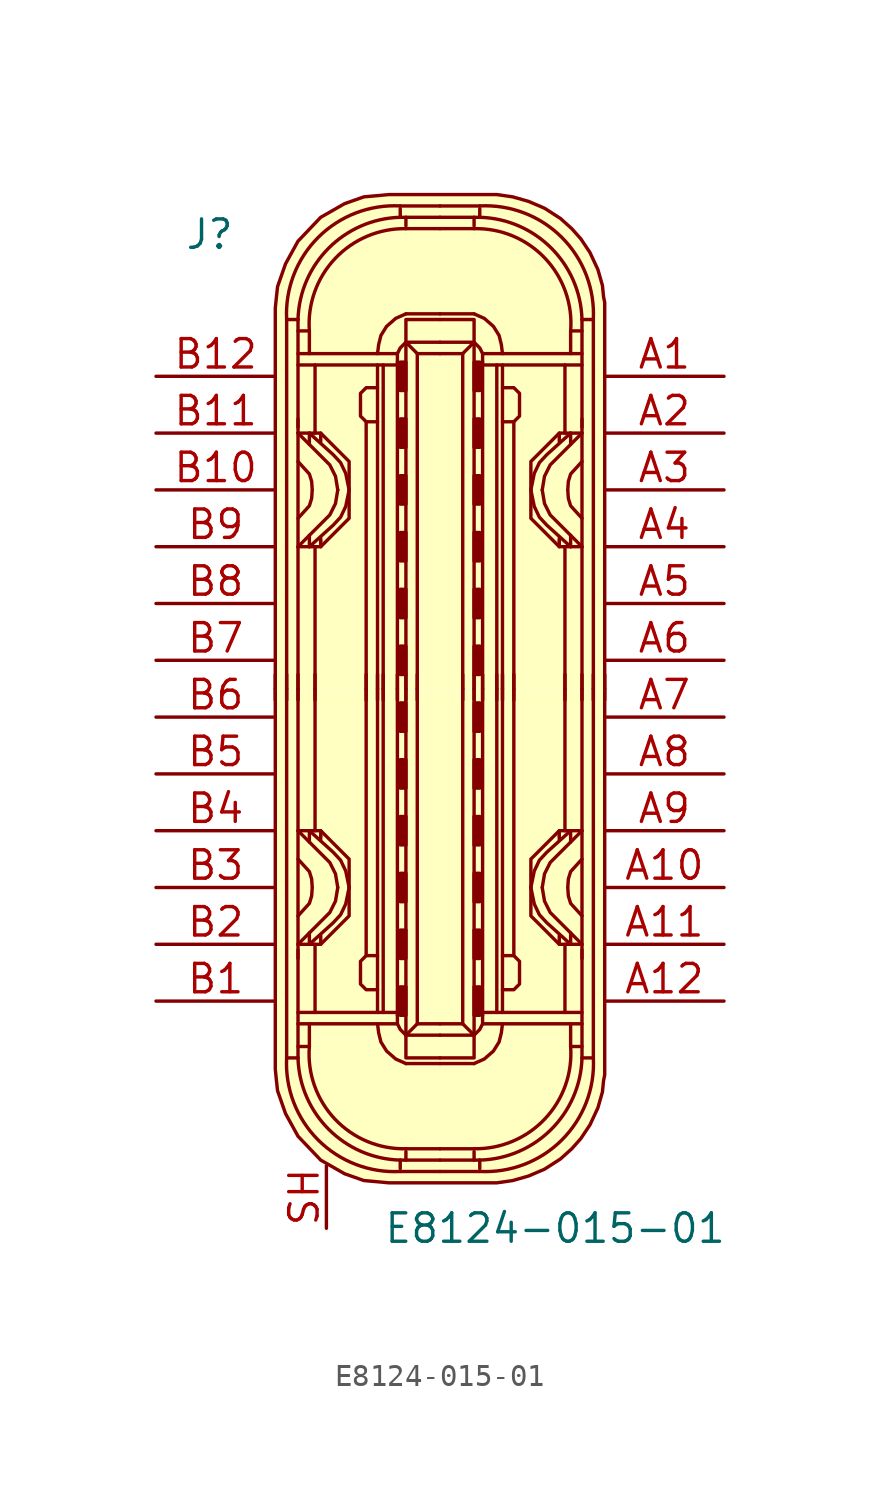
<source format=kicad_sym>
(kicad_symbol_lib
  (version 20211014)
  (generator kicad_symbol_editor)
  (symbol "E8124-015-01"
    (pin_names
      (offset 1.016))
    (property "Reference" "J"
      (at -11.43 20.32 0)
      (effects (font (size 1.27 1.27)) (justify left)))
    (property "Value" "E8124-015-01"
      (at -2.54 -24.13 0)
      (effects (font (size 1.27 1.27)) (justify left)))
    (symbol "E8124-015-01_1_1"
      (arc (start -6.858 -16.51) (mid -5.4492 -20.1812) (end -1.778 -21.59) (stroke (width 0) (type default) (color 0 0 0 0)) (fill (type none)))
      (arc (start -6.35 -16.51) (mid -4.9749 -19.7069) (end -1.778 -21.082) (stroke (width 0) (type default) (color 0 0 0 0)) (fill (type none)))
      (arc (start -5.842 -16.002) (mid -4.6972 -19.2495) (end -1.524 -20.574) (stroke (width 0) (type default) (color 0 0 0 0)) (fill (type none)))
      (rectangle (start -1.778 -14.605) (end -1.524 -13.335) (stroke (width 0) (type default) (color 0 0 0 0)) (fill (type outline)))
      (rectangle (start -1.778 -12.065) (end -1.524 -10.795) (stroke (width 0) (type default) (color 0 0 0 0)) (fill (type outline)))
      (rectangle (start -1.778 -9.525) (end -1.524 -8.255) (stroke (width 0) (type default) (color 0 0 0 0)) (fill (type outline)))
      (rectangle (start -1.778 -6.985) (end -1.524 -5.715) (stroke (width 0) (type default) (color 0 0 0 0)) (fill (type outline)))
      (rectangle (start -1.778 -4.445) (end -1.524 -3.175) (stroke (width 0) (type default) (color 0 0 0 0)) (fill (type outline)))
      (rectangle (start -1.778 -1.905) (end -1.524 -0.635) (stroke (width 0) (type default) (color 0 0 0 0)) (fill (type outline)))
      (rectangle (start -1.778 1.905) (end -1.524 0.635) (stroke (width 0) (type default) (color 0 0 0 0)) (fill (type outline)))
      (rectangle (start -1.778 4.445) (end -1.524 3.175) (stroke (width 0) (type default) (color 0 0 0 0)) (fill (type outline)))
      (rectangle (start -1.778 6.985) (end -1.524 5.715) (stroke (width 0) (type default) (color 0 0 0 0)) (fill (type outline)))
      (rectangle (start -1.778 9.525) (end -1.524 8.255) (stroke (width 0) (type default) (color 0 0 0 0)) (fill (type outline)))
      (rectangle (start -1.778 12.065) (end -1.524 10.795) (stroke (width 0) (type default) (color 0 0 0 0)) (fill (type outline)))
      (rectangle (start -1.778 14.605) (end -1.524 13.335) (stroke (width 0) (type default) (color 0 0 0 0)) (fill (type outline)))
      (arc (start -1.778 21.082) (mid -4.9749 19.7069) (end -6.35 16.51) (stroke (width 0) (type default) (color 0 0 0 0)) (fill (type none)))
      (arc (start -1.778 21.59) (mid -5.4492 20.1812) (end -6.858 16.51) (stroke (width 0) (type default) (color 0 0 0 0)) (fill (type none)))
      (arc (start -1.524 20.574) (mid -4.6883 19.2412) (end -5.842 16.002) (stroke (width 0) (type default) (color 0 0 0 0)) (fill (type none)))
      (polyline (pts (xy -7.366 -0.508) (xy -7.366 0.635)) (stroke (width 0) (type default) (color 0 0 0 0)) (fill (type none)))
      (polyline (pts (xy -6.858 -0.508) (xy -6.858 0.635)) (stroke (width 0) (type default) (color 0 0 0 0)) (fill (type none)))
      (polyline (pts (xy -6.35 -14.986) (xy -1.905 -14.986)) (stroke (width 0) (type default) (color 0 0 0 0)) (fill (type none)))
      (polyline (pts (xy -6.35 -12.065) (xy -6.35 0)) (stroke (width 0) (type default) (color 0 0 0 0)) (fill (type none)))
      (polyline (pts (xy -6.35 -0.508) (xy -6.35 0.635)) (stroke (width 0) (type default) (color 0 0 0 0)) (fill (type none)))
      (polyline (pts (xy -6.35 12.065) (xy -6.35 0)) (stroke (width 0) (type default) (color 0 0 0 0)) (fill (type none)))
      (polyline (pts (xy -6.35 14.986) (xy -1.905 14.986)) (stroke (width 0) (type default) (color 0 0 0 0)) (fill (type none)))
      (polyline (pts (xy -5.842 -11.43) (xy -5.842 -10.922)) (stroke (width 0) (type default) (color 0 0 0 0)) (fill (type none)))
      (polyline (pts (xy -5.842 -6.35) (xy -5.842 -6.858)) (stroke (width 0) (type default) (color 0 0 0 0)) (fill (type none)))
      (polyline (pts (xy -5.842 6.35) (xy -5.842 6.858)) (stroke (width 0) (type default) (color 0 0 0 0)) (fill (type none)))
      (polyline (pts (xy -5.842 11.43) (xy -5.842 10.922)) (stroke (width 0) (type default) (color 0 0 0 0)) (fill (type none)))
      (polyline (pts (xy -5.588 -14.478) (xy -5.588 -11.43)) (stroke (width 0) (type default) (color 0 0 0 0)) (fill (type none)))
      (polyline (pts (xy -5.588 -6.35) (xy -5.588 0)) (stroke (width 0) (type default) (color 0 0 0 0)) (fill (type none)))
      (polyline (pts (xy -5.588 -0.508) (xy -5.588 0.635)) (stroke (width 0) (type default) (color 0 0 0 0)) (fill (type none)))
      (polyline (pts (xy -5.588 6.35) (xy -5.588 0)) (stroke (width 0) (type default) (color 0 0 0 0)) (fill (type none)))
      (polyline (pts (xy -5.588 14.478) (xy -5.588 11.43)) (stroke (width 0) (type default) (color 0 0 0 0)) (fill (type none)))
      (polyline (pts (xy -5.334 -11.43) (xy -5.334 -11.049)) (stroke (width 0) (type default) (color 0 0 0 0)) (fill (type none)))
      (polyline (pts (xy -5.334 -6.604) (xy -5.334 -6.731)) (stroke (width 0) (type default) (color 0 0 0 0)) (fill (type none)))
      (polyline (pts (xy -5.334 -6.35) (xy -5.334 -6.604)) (stroke (width 0) (type default) (color 0 0 0 0)) (fill (type none)))
      (polyline (pts (xy -5.334 6.35) (xy -5.334 6.604)) (stroke (width 0) (type default) (color 0 0 0 0)) (fill (type none)))
      (polyline (pts (xy -5.334 6.604) (xy -5.334 6.731)) (stroke (width 0) (type default) (color 0 0 0 0)) (fill (type none)))
      (polyline (pts (xy -5.334 11.43) (xy -5.334 11.049)) (stroke (width 0) (type default) (color 0 0 0 0)) (fill (type none)))
      (polyline (pts (xy -3.302 -0.508) (xy -3.302 0.635)) (stroke (width 0) (type default) (color 0 0 0 0)) (fill (type none)))
      (polyline (pts (xy -3.302 0) (xy -3.302 -11.938)) (stroke (width 0) (type default) (color 0 0 0 0)) (fill (type none)))
      (polyline (pts (xy -3.302 0) (xy -3.302 11.938)) (stroke (width 0) (type default) (color 0 0 0 0)) (fill (type none)))
      (polyline (pts (xy -2.794 -0.508) (xy -2.794 0.635)) (stroke (width 0) (type default) (color 0 0 0 0)) (fill (type none)))
      (polyline (pts (xy -2.794 0) (xy -2.794 -14.478)) (stroke (width 0) (type default) (color 0 0 0 0)) (fill (type none)))
      (polyline (pts (xy -2.794 0) (xy -2.794 14.478)) (stroke (width 0) (type default) (color 0 0 0 0)) (fill (type none)))
      (polyline (pts (xy -2.54 -14.478) (xy -2.54 0)) (stroke (width 0) (type default) (color 0 0 0 0)) (fill (type none)))
      (polyline (pts (xy -2.54 -0.508) (xy -2.54 0.635)) (stroke (width 0) (type default) (color 0 0 0 0)) (fill (type none)))
      (polyline (pts (xy -2.54 14.478) (xy -2.54 0)) (stroke (width 0) (type default) (color 0 0 0 0)) (fill (type none)))
      (polyline (pts (xy -1.905 -14.478) (xy -6.35 -14.478)) (stroke (width 0) (type default) (color 0 0 0 0)) (fill (type none)))
      (polyline (pts (xy -1.905 -0.508) (xy -1.905 0.635)) (stroke (width 0) (type default) (color 0 0 0 0)) (fill (type none)))
      (polyline (pts (xy -1.905 0) (xy -1.905 -14.605)) (stroke (width 0) (type default) (color 0 0 0 0)) (fill (type none)))
      (polyline (pts (xy -1.905 0) (xy -1.905 14.605)) (stroke (width 0) (type default) (color 0 0 0 0)) (fill (type none)))
      (polyline (pts (xy -1.905 14.478) (xy -6.35 14.478)) (stroke (width 0) (type default) (color 0 0 0 0)) (fill (type none)))
      (polyline (pts (xy -1.778 -21.59) (xy 0 -21.59)) (stroke (width 0) (type default) (color 0 0 0 0)) (fill (type background)))
      (polyline (pts (xy -1.778 -21.082) (xy -1.778 -21.463)) (stroke (width 0) (type default) (color 0 0 0 0)) (fill (type none)))
      (polyline (pts (xy -1.778 -21.082) (xy 0 -21.082)) (stroke (width 0) (type default) (color 0 0 0 0)) (fill (type none)))
      (polyline (pts (xy -1.778 21.082) (xy -1.778 21.463)) (stroke (width 0) (type default) (color 0 0 0 0)) (fill (type none)))
      (polyline (pts (xy -1.778 21.082) (xy 0 21.082)) (stroke (width 0) (type default) (color 0 0 0 0)) (fill (type none)))
      (polyline (pts (xy -1.778 21.59) (xy 0 21.59)) (stroke (width 0) (type default) (color 0 0 0 0)) (fill (type background)))
      (polyline (pts (xy -1.524 -20.701) (xy -1.524 -21.082)) (stroke (width 0) (type default) (color 0 0 0 0)) (fill (type none)))
      (polyline (pts (xy -1.524 -20.574) (xy 0 -20.574)) (stroke (width 0) (type default) (color 0 0 0 0)) (fill (type none)))
      (polyline (pts (xy -1.524 -0.508) (xy -1.524 0.635)) (stroke (width 0) (type default) (color 0 0 0 0)) (fill (type none)))
      (polyline (pts (xy -1.524 20.574) (xy 0 20.574)) (stroke (width 0) (type default) (color 0 0 0 0)) (fill (type none)))
      (polyline (pts (xy -1.524 20.701) (xy -1.524 21.082)) (stroke (width 0) (type default) (color 0 0 0 0)) (fill (type none)))
      (polyline (pts (xy -1.016 -14.986) (xy -1.524 -15.494)) (stroke (width 0) (type default) (color 0 0 0 0)) (fill (type none)))
      (polyline (pts (xy -1.016 -0.508) (xy -1.016 0.635)) (stroke (width 0) (type default) (color 0 0 0 0)) (fill (type none)))
      (polyline (pts (xy -1.016 14.986) (xy -1.524 15.494)) (stroke (width 0) (type default) (color 0 0 0 0)) (fill (type none)))
      (polyline (pts (xy 0 -16.764) (xy -1.524 -16.764)) (stroke (width 0) (type default) (color 0 0 0 0)) (fill (type none)))
      (polyline (pts (xy 0 -16.764) (xy 1.524 -16.764)) (stroke (width 0) (type default) (color 0 0 0 0)) (fill (type none)))
      (polyline (pts (xy 0 16.764) (xy -1.524 16.764)) (stroke (width 0) (type default) (color 0 0 0 0)) (fill (type none)))
      (polyline (pts (xy 0 16.764) (xy 1.524 16.764)) (stroke (width 0) (type default) (color 0 0 0 0)) (fill (type none)))
      (polyline (pts (xy 1.016 -14.986) (xy 1.524 -15.494)) (stroke (width 0) (type default) (color 0 0 0 0)) (fill (type none)))
      (polyline (pts (xy 1.016 -0.508) (xy 1.016 0.635)) (stroke (width 0) (type default) (color 0 0 0 0)) (fill (type none)))
      (polyline (pts (xy 1.016 14.986) (xy 1.524 15.494)) (stroke (width 0) (type default) (color 0 0 0 0)) (fill (type none)))
      (polyline (pts (xy 1.524 -20.701) (xy 1.524 -21.082)) (stroke (width 0) (type default) (color 0 0 0 0)) (fill (type none)))
      (polyline (pts (xy 1.524 -20.574) (xy 0 -20.574)) (stroke (width 0) (type default) (color 0 0 0 0)) (fill (type none)))
      (polyline (pts (xy 1.524 -0.508) (xy 1.524 0.635)) (stroke (width 0) (type default) (color 0 0 0 0)) (fill (type none)))
      (polyline (pts (xy 1.524 20.574) (xy 0 20.574)) (stroke (width 0) (type default) (color 0 0 0 0)) (fill (type none)))
      (polyline (pts (xy 1.524 20.701) (xy 1.524 21.082)) (stroke (width 0) (type default) (color 0 0 0 0)) (fill (type none)))
      (polyline (pts (xy 1.778 -21.59) (xy 0 -21.59)) (stroke (width 0) (type default) (color 0 0 0 0)) (fill (type background)))
      (polyline (pts (xy 1.778 -21.082) (xy 0 -21.082)) (stroke (width 0) (type default) (color 0 0 0 0)) (fill (type none)))
      (polyline (pts (xy 1.778 -21.082) (xy 1.778 -21.463)) (stroke (width 0) (type default) (color 0 0 0 0)) (fill (type none)))
      (polyline (pts (xy 1.778 21.082) (xy 0 21.082)) (stroke (width 0) (type default) (color 0 0 0 0)) (fill (type none)))
      (polyline (pts (xy 1.778 21.082) (xy 1.778 21.463)) (stroke (width 0) (type default) (color 0 0 0 0)) (fill (type none)))
      (polyline (pts (xy 1.778 21.59) (xy 0 21.59)) (stroke (width 0) (type default) (color 0 0 0 0)) (fill (type background)))
      (polyline (pts (xy 1.905 -14.478) (xy 6.35 -14.478)) (stroke (width 0) (type default) (color 0 0 0 0)) (fill (type none)))
      (polyline (pts (xy 1.905 -0.508) (xy 1.905 0.635)) (stroke (width 0) (type default) (color 0 0 0 0)) (fill (type none)))
      (polyline (pts (xy 1.905 0) (xy 1.905 -14.605)) (stroke (width 0) (type default) (color 0 0 0 0)) (fill (type none)))
      (polyline (pts (xy 1.905 0) (xy 1.905 14.605)) (stroke (width 0) (type default) (color 0 0 0 0)) (fill (type none)))
      (polyline (pts (xy 1.905 14.478) (xy 6.35 14.478)) (stroke (width 0) (type default) (color 0 0 0 0)) (fill (type none)))
      (polyline (pts (xy 2.54 -14.478) (xy 2.54 0)) (stroke (width 0) (type default) (color 0 0 0 0)) (fill (type none)))
      (polyline (pts (xy 2.54 -0.508) (xy 2.54 0.635)) (stroke (width 0) (type default) (color 0 0 0 0)) (fill (type none)))
      (polyline (pts (xy 2.54 14.478) (xy 2.54 0)) (stroke (width 0) (type default) (color 0 0 0 0)) (fill (type none)))
      (polyline (pts (xy 2.794 -0.508) (xy 2.794 0.635)) (stroke (width 0) (type default) (color 0 0 0 0)) (fill (type none)))
      (polyline (pts (xy 2.794 0) (xy 2.794 -14.478)) (stroke (width 0) (type default) (color 0 0 0 0)) (fill (type none)))
      (polyline (pts (xy 2.794 0) (xy 2.794 14.478)) (stroke (width 0) (type default) (color 0 0 0 0)) (fill (type none)))
      (polyline (pts (xy 3.302 -0.508) (xy 3.302 0.635)) (stroke (width 0) (type default) (color 0 0 0 0)) (fill (type none)))
      (polyline (pts (xy 3.302 0) (xy 3.302 -11.938)) (stroke (width 0) (type default) (color 0 0 0 0)) (fill (type none)))
      (polyline (pts (xy 3.302 0) (xy 3.302 11.938)) (stroke (width 0) (type default) (color 0 0 0 0)) (fill (type none)))
      (polyline (pts (xy 5.334 -11.43) (xy 5.334 -11.049)) (stroke (width 0) (type default) (color 0 0 0 0)) (fill (type none)))
      (polyline (pts (xy 5.334 -6.604) (xy 5.334 -6.731)) (stroke (width 0) (type default) (color 0 0 0 0)) (fill (type none)))
      (polyline (pts (xy 5.334 -6.35) (xy 5.334 -6.604)) (stroke (width 0) (type default) (color 0 0 0 0)) (fill (type none)))
      (polyline (pts (xy 5.334 6.35) (xy 5.334 6.604)) (stroke (width 0) (type default) (color 0 0 0 0)) (fill (type none)))
      (polyline (pts (xy 5.334 6.604) (xy 5.334 6.731)) (stroke (width 0) (type default) (color 0 0 0 0)) (fill (type none)))
      (polyline (pts (xy 5.334 11.43) (xy 5.334 11.049)) (stroke (width 0) (type default) (color 0 0 0 0)) (fill (type none)))
      (polyline (pts (xy 5.588 -14.478) (xy 5.588 -11.43)) (stroke (width 0) (type default) (color 0 0 0 0)) (fill (type none)))
      (polyline (pts (xy 5.588 -6.35) (xy 5.588 0)) (stroke (width 0) (type default) (color 0 0 0 0)) (fill (type none)))
      (polyline (pts (xy 5.588 -0.508) (xy 5.588 0.635)) (stroke (width 0) (type default) (color 0 0 0 0)) (fill (type none)))
      (polyline (pts (xy 5.588 6.35) (xy 5.588 0)) (stroke (width 0) (type default) (color 0 0 0 0)) (fill (type none)))
      (polyline (pts (xy 5.588 14.478) (xy 5.588 11.43)) (stroke (width 0) (type default) (color 0 0 0 0)) (fill (type none)))
      (polyline (pts (xy 5.842 -11.43) (xy 5.842 -10.922)) (stroke (width 0) (type default) (color 0 0 0 0)) (fill (type none)))
      (polyline (pts (xy 5.842 -6.35) (xy 5.842 -6.858)) (stroke (width 0) (type default) (color 0 0 0 0)) (fill (type none)))
      (polyline (pts (xy 5.842 6.35) (xy 5.842 6.858)) (stroke (width 0) (type default) (color 0 0 0 0)) (fill (type none)))
      (polyline (pts (xy 5.842 11.43) (xy 5.842 10.922)) (stroke (width 0) (type default) (color 0 0 0 0)) (fill (type none)))
      (polyline (pts (xy 6.35 -14.986) (xy 1.905 -14.986)) (stroke (width 0) (type default) (color 0 0 0 0)) (fill (type none)))
      (polyline (pts (xy 6.35 -12.065) (xy 6.35 0)) (stroke (width 0) (type default) (color 0 0 0 0)) (fill (type none)))
      (polyline (pts (xy 6.35 -0.508) (xy 6.35 0.635)) (stroke (width 0) (type default) (color 0 0 0 0)) (fill (type none)))
      (polyline (pts (xy 6.35 12.065) (xy 6.35 0)) (stroke (width 0) (type default) (color 0 0 0 0)) (fill (type none)))
      (polyline (pts (xy 6.35 14.986) (xy 1.905 14.986)) (stroke (width 0) (type default) (color 0 0 0 0)) (fill (type none)))
      (polyline (pts (xy 6.858 -0.508) (xy 6.858 0.635)) (stroke (width 0) (type default) (color 0 0 0 0)) (fill (type none)))
      (polyline (pts (xy 7.366 -0.508) (xy 7.366 0.635)) (stroke (width 0) (type default) (color 0 0 0 0)) (fill (type none)))
      (polyline (pts (xy -6.35 -16.51) (xy -6.858 -16.51) (xy -6.858 0)) (stroke (width 0) (type default) (color 0 0 0 0)) (fill (type none)))
      (polyline (pts (xy -6.35 -11.684) (xy -6.35 -15.875) (xy -6.35 -16.51)) (stroke (width 0) (type default) (color 0 0 0 0)) (fill (type none)))
      (polyline (pts (xy -6.35 11.684) (xy -6.35 15.875) (xy -6.35 16.51)) (stroke (width 0) (type default) (color 0 0 0 0)) (fill (type none)))
      (polyline (pts (xy -6.35 16.51) (xy -6.858 16.51) (xy -6.858 0)) (stroke (width 0) (type default) (color 0 0 0 0)) (fill (type none)))
      (polyline (pts (xy -5.842 -14.986) (xy -5.842 -16.002) (xy -6.35 -16.002)) (stroke (width 0) (type default) (color 0 0 0 0)) (fill (type none)))
      (polyline (pts (xy -5.842 14.986) (xy -5.842 16.002) (xy -6.35 16.002)) (stroke (width 0) (type default) (color 0 0 0 0)) (fill (type none)))
      (polyline (pts (xy -1.524 0) (xy -1.524 -15.494) (xy 0 -15.494)) (stroke (width 0) (type default) (color 0 0 0 0)) (fill (type none)))
      (polyline (pts (xy -1.524 0) (xy -1.524 15.494) (xy 0 15.494)) (stroke (width 0) (type default) (color 0 0 0 0)) (fill (type none)))
      (polyline (pts (xy -1.016 0) (xy -1.016 -14.986) (xy 0 -14.986)) (stroke (width 0) (type default) (color 0 0 0 0)) (fill (type none)))
      (polyline (pts (xy -1.016 0) (xy -1.016 14.986) (xy 0 14.986)) (stroke (width 0) (type default) (color 0 0 0 0)) (fill (type none)))
      (polyline (pts (xy 1.016 0) (xy 1.016 -14.986) (xy 0 -14.986)) (stroke (width 0) (type default) (color 0 0 0 0)) (fill (type none)))
      (polyline (pts (xy 1.016 0) (xy 1.016 14.986) (xy 0 14.986)) (stroke (width 0) (type default) (color 0 0 0 0)) (fill (type none)))
      (polyline (pts (xy 1.524 0) (xy 1.524 -15.494) (xy 0 -15.494)) (stroke (width 0) (type default) (color 0 0 0 0)) (fill (type none)))
      (polyline (pts (xy 1.524 0) (xy 1.524 15.494) (xy 0 15.494)) (stroke (width 0) (type default) (color 0 0 0 0)) (fill (type none)))
      (polyline (pts (xy 5.842 -14.986) (xy 5.842 -16.002) (xy 6.35 -16.002)) (stroke (width 0) (type default) (color 0 0 0 0)) (fill (type none)))
      (polyline (pts (xy 5.842 14.986) (xy 5.842 16.002) (xy 6.35 16.002)) (stroke (width 0) (type default) (color 0 0 0 0)) (fill (type none)))
      (polyline (pts (xy 6.35 -16.51) (xy 6.858 -16.51) (xy 6.858 0)) (stroke (width 0) (type default) (color 0 0 0 0)) (fill (type none)))
      (polyline (pts (xy 6.35 -11.684) (xy 6.35 -15.875) (xy 6.35 -16.51)) (stroke (width 0) (type default) (color 0 0 0 0)) (fill (type none)))
      (polyline (pts (xy 6.35 11.684) (xy 6.35 15.875) (xy 6.35 16.51)) (stroke (width 0) (type default) (color 0 0 0 0)) (fill (type none)))
      (polyline (pts (xy 6.35 16.51) (xy 6.858 16.51) (xy 6.858 0)) (stroke (width 0) (type default) (color 0 0 0 0)) (fill (type none)))
      (polyline (pts (xy -6.35 -11.43) (xy -4.928 -10.008) (xy -4.674 -9.5) (xy -4.572 -8.89)) (stroke (width 0) (type default) (color 0 0 0 0)) (fill (type none)))
      (polyline (pts (xy -6.35 -10.16) (xy -5.842 -9.601) (xy -5.74 -9.271) (xy -5.715 -8.915)) (stroke (width 0) (type default) (color 0 0 0 0)) (fill (type none)))
      (polyline (pts (xy -6.35 -7.62) (xy -5.842 -8.179) (xy -5.74 -8.509) (xy -5.715 -8.865)) (stroke (width 0) (type default) (color 0 0 0 0)) (fill (type none)))
      (polyline (pts (xy -6.35 -6.35) (xy -4.928 -7.772) (xy -4.674 -8.28) (xy -4.572 -8.89)) (stroke (width 0) (type default) (color 0 0 0 0)) (fill (type none)))
      (polyline (pts (xy -6.35 6.35) (xy -4.928 7.772) (xy -4.674 8.28) (xy -4.572 8.89)) (stroke (width 0) (type default) (color 0 0 0 0)) (fill (type none)))
      (polyline (pts (xy -6.35 7.62) (xy -5.842 8.179) (xy -5.74 8.509) (xy -5.715 8.865)) (stroke (width 0) (type default) (color 0 0 0 0)) (fill (type none)))
      (polyline (pts (xy -6.35 10.16) (xy -5.842 9.601) (xy -5.74 9.271) (xy -5.715 8.915)) (stroke (width 0) (type default) (color 0 0 0 0)) (fill (type none)))
      (polyline (pts (xy -6.35 11.43) (xy -4.928 10.008) (xy -4.674 9.5) (xy -4.572 8.89)) (stroke (width 0) (type default) (color 0 0 0 0)) (fill (type none)))
      (polyline (pts (xy -1.905 -14.605) (xy -1.905 -14.986) (xy -1.778 -15.24) (xy -1.524 -15.494)) (stroke (width 0) (type default) (color 0 0 0 0)) (fill (type none)))
      (polyline (pts (xy -1.905 14.605) (xy -1.905 14.986) (xy -1.778 15.24) (xy -1.524 15.494)) (stroke (width 0) (type default) (color 0 0 0 0)) (fill (type none)))
      (polyline (pts (xy 0 -16.51) (xy -1.397 -16.51) (xy -1.524 -16.51) (xy -1.524 -15.494)) (stroke (width 0) (type default) (color 0 0 0 0)) (fill (type none)))
      (polyline (pts (xy 0 -16.51) (xy 1.397 -16.51) (xy 1.524 -16.51) (xy 1.524 -15.494)) (stroke (width 0) (type default) (color 0 0 0 0)) (fill (type none)))
      (polyline (pts (xy 0 16.51) (xy -1.397 16.51) (xy -1.524 16.51) (xy -1.524 15.494)) (stroke (width 0) (type default) (color 0 0 0 0)) (fill (type none)))
      (polyline (pts (xy 0 16.51) (xy 1.397 16.51) (xy 1.524 16.51) (xy 1.524 15.494)) (stroke (width 0) (type default) (color 0 0 0 0)) (fill (type none)))
      (polyline (pts (xy 1.905 -14.605) (xy 1.905 -14.986) (xy 1.778 -15.24) (xy 1.524 -15.494)) (stroke (width 0) (type default) (color 0 0 0 0)) (fill (type none)))
      (polyline (pts (xy 1.905 14.605) (xy 1.905 14.986) (xy 1.778 15.24) (xy 1.524 15.494)) (stroke (width 0) (type default) (color 0 0 0 0)) (fill (type none)))
      (polyline (pts (xy 6.35 -11.43) (xy 4.928 -10.008) (xy 4.674 -9.5) (xy 4.572 -8.89)) (stroke (width 0) (type default) (color 0 0 0 0)) (fill (type none)))
      (polyline (pts (xy 6.35 -10.16) (xy 5.842 -9.601) (xy 5.74 -9.271) (xy 5.715 -8.915)) (stroke (width 0) (type default) (color 0 0 0 0)) (fill (type none)))
      (polyline (pts (xy 6.35 -7.62) (xy 5.842 -8.179) (xy 5.74 -8.509) (xy 5.715 -8.865)) (stroke (width 0) (type default) (color 0 0 0 0)) (fill (type none)))
      (polyline (pts (xy 6.35 -6.35) (xy 4.928 -7.772) (xy 4.674 -8.28) (xy 4.572 -8.89)) (stroke (width 0) (type default) (color 0 0 0 0)) (fill (type none)))
      (polyline (pts (xy 6.35 6.35) (xy 4.928 7.772) (xy 4.674 8.28) (xy 4.572 8.89)) (stroke (width 0) (type default) (color 0 0 0 0)) (fill (type none)))
      (polyline (pts (xy 6.35 7.62) (xy 5.842 8.179) (xy 5.74 8.509) (xy 5.715 8.865)) (stroke (width 0) (type default) (color 0 0 0 0)) (fill (type none)))
      (polyline (pts (xy 6.35 10.16) (xy 5.842 9.601) (xy 5.74 9.271) (xy 5.715 8.915)) (stroke (width 0) (type default) (color 0 0 0 0)) (fill (type none)))
      (polyline (pts (xy 6.35 11.43) (xy 4.928 10.008) (xy 4.674 9.5) (xy 4.572 8.89)) (stroke (width 0) (type default) (color 0 0 0 0)) (fill (type none)))
      (polyline (pts (xy -5.842 -11.43) (xy -4.775 -10.465) (xy -4.445 -10.109) (xy -4.216 -9.627) (xy -4.064 -8.89)) (stroke (width 0) (type default) (color 0 0 0 0)) (fill (type none)))
      (polyline (pts (xy -5.842 -6.35) (xy -4.775 -7.315) (xy -4.445 -7.671) (xy -4.216 -8.153) (xy -4.064 -8.89)) (stroke (width 0) (type default) (color 0 0 0 0)) (fill (type none)))
      (polyline (pts (xy -5.842 6.35) (xy -4.775 7.315) (xy -4.445 7.671) (xy -4.216 8.153) (xy -4.064 8.89)) (stroke (width 0) (type default) (color 0 0 0 0)) (fill (type none)))
      (polyline (pts (xy -5.842 11.43) (xy -4.775 10.465) (xy -4.445 10.109) (xy -4.216 9.627) (xy -4.064 8.89)) (stroke (width 0) (type default) (color 0 0 0 0)) (fill (type none)))
      (polyline (pts (xy 5.842 -11.43) (xy 4.775 -10.465) (xy 4.445 -10.109) (xy 4.216 -9.627) (xy 4.064 -8.89)) (stroke (width 0) (type default) (color 0 0 0 0)) (fill (type none)))
      (polyline (pts (xy 5.842 -6.35) (xy 4.775 -7.315) (xy 4.445 -7.671) (xy 4.216 -8.153) (xy 4.064 -8.89)) (stroke (width 0) (type default) (color 0 0 0 0)) (fill (type none)))
      (polyline (pts (xy 5.842 6.35) (xy 4.775 7.315) (xy 4.445 7.671) (xy 4.216 8.153) (xy 4.064 8.89)) (stroke (width 0) (type default) (color 0 0 0 0)) (fill (type none)))
      (polyline (pts (xy 5.842 11.43) (xy 4.775 10.465) (xy 4.445 10.109) (xy 4.216 9.627) (xy 4.064 8.89)) (stroke (width 0) (type default) (color 0 0 0 0)) (fill (type none)))
      (polyline (pts (xy -6.35 -11.43) (xy -5.334 -11.43) (xy -4.064 -10.16) (xy -4.064 -7.62) (xy -5.334 -6.35) (xy -6.35 -6.35)) (stroke (width 0) (type default) (color 0 0 0 0)) (fill (type none)))
      (polyline (pts (xy -6.35 11.43) (xy -5.334 11.43) (xy -4.064 10.16) (xy -4.064 7.62) (xy -5.334 6.35) (xy -6.35 6.35)) (stroke (width 0) (type default) (color 0 0 0 0)) (fill (type none)))
      (polyline (pts (xy -2.794 -14.986) (xy -2.743 -15.392) (xy -2.642 -15.799) (xy -2.388 -16.205) (xy -1.981 -16.561) (xy -1.524 -16.764)) (stroke (width 0) (type default) (color 0 0 0 0)) (fill (type none)))
      (polyline (pts (xy -2.794 -13.462) (xy -3.302 -13.462) (xy -3.556 -13.208) (xy -3.556 -12.192) (xy -3.302 -11.938) (xy -2.794 -11.938)) (stroke (width 0) (type default) (color 0 0 0 0)) (fill (type none)))
      (polyline (pts (xy -2.794 13.462) (xy -3.302 13.462) (xy -3.556 13.208) (xy -3.556 12.192) (xy -3.302 11.938) (xy -2.794 11.938)) (stroke (width 0) (type default) (color 0 0 0 0)) (fill (type none)))
      (polyline (pts (xy -2.794 14.986) (xy -2.743 15.392) (xy -2.642 15.799) (xy -2.388 16.205) (xy -1.981 16.561) (xy -1.524 16.764)) (stroke (width 0) (type default) (color 0 0 0 0)) (fill (type none)))
      (polyline (pts (xy 2.794 -14.986) (xy 2.743 -15.392) (xy 2.642 -15.799) (xy 2.388 -16.205) (xy 1.981 -16.561) (xy 1.524 -16.764)) (stroke (width 0) (type default) (color 0 0 0 0)) (fill (type none)))
      (polyline (pts (xy 2.794 -13.462) (xy 3.302 -13.462) (xy 3.556 -13.208) (xy 3.556 -12.192) (xy 3.302 -11.938) (xy 2.794 -11.938)) (stroke (width 0) (type default) (color 0 0 0 0)) (fill (type none)))
      (polyline (pts (xy 2.794 13.462) (xy 3.302 13.462) (xy 3.556 13.208) (xy 3.556 12.192) (xy 3.302 11.938) (xy 2.794 11.938)) (stroke (width 0) (type default) (color 0 0 0 0)) (fill (type none)))
      (polyline (pts (xy 2.794 14.986) (xy 2.743 15.392) (xy 2.642 15.799) (xy 2.388 16.205) (xy 1.981 16.561) (xy 1.524 16.764)) (stroke (width 0) (type default) (color 0 0 0 0)) (fill (type none)))
      (polyline (pts (xy 6.35 -11.43) (xy 5.334 -11.43) (xy 4.064 -10.16) (xy 4.064 -7.62) (xy 5.334 -6.35) (xy 6.35 -6.35)) (stroke (width 0) (type default) (color 0 0 0 0)) (fill (type none)))
      (polyline (pts (xy 6.35 11.43) (xy 5.334 11.43) (xy 4.064 10.16) (xy 4.064 7.62) (xy 5.334 6.35) (xy 6.35 6.35)) (stroke (width 0) (type default) (color 0 0 0 0)) (fill (type none)))
      (polyline (pts (xy 7.366 0) (xy 7.366 -17.018) (xy 7.366 -17.272) (xy 7.315 -17.526) (xy 7.264 -18.034) (xy 7.061 -18.745) (xy 6.706 -19.507) (xy 6.299 -20.117) (xy 5.893 -20.574) (xy 5.385 -21.031) (xy 4.674 -21.488) (xy 3.962 -21.793) (xy 3.251 -21.996) (xy 2.54 -22.098) (xy -2.286 -22.098) (xy -3.404 -21.996) (xy -4.267 -21.692) (xy -5.334 -21.082) (xy -6.35 -20.015) (xy -6.909 -18.999) (xy -7.264 -17.983) (xy -7.315 -17.526) (xy -7.366 -17.018) (xy -7.366 0)) (stroke (width 0) (type default) (color 0 0 0 0)) (fill (type background)))
      (polyline (pts (xy 7.366 0) (xy 7.366 17.018) (xy 7.366 17.272) (xy 7.315 17.526) (xy 7.264 18.034) (xy 7.061 18.745) (xy 6.706 19.507) (xy 6.299 20.117) (xy 5.893 20.574) (xy 5.385 21.031) (xy 4.674 21.488) (xy 3.962 21.793) (xy 3.251 21.996) (xy 2.54 22.098) (xy -2.286 22.098) (xy -3.404 21.996) (xy -4.267 21.692) (xy -5.334 21.082) (xy -6.35 20.015) (xy -6.909 18.999) (xy -7.264 17.983) (xy -7.315 17.526) (xy -7.366 17.018) (xy -7.366 0)) (stroke (width 0) (type default) (color 0 0 0 0)) (fill (type background)))
      (arc (start 1.524 -20.574) (mid 4.6883 -19.2412) (end 5.842 -16.002) (stroke (width 0) (type default) (color 0 0 0 0)) (fill (type none)))
      (arc (start 1.778 -21.59) (mid 5.4492 -20.1812) (end 6.858 -16.51) (stroke (width 0) (type default) (color 0 0 0 0)) (fill (type none)))
      (arc (start 1.778 -21.082) (mid 4.9749 -19.7069) (end 6.35 -16.51) (stroke (width 0) (type default) (color 0 0 0 0)) (fill (type none)))
      (rectangle (start 1.778 -14.605) (end 1.524 -13.335) (stroke (width 0) (type default) (color 0 0 0 0)) (fill (type outline)))
      (rectangle (start 1.778 -12.065) (end 1.524 -10.795) (stroke (width 0) (type default) (color 0 0 0 0)) (fill (type outline)))
      (rectangle (start 1.778 -9.525) (end 1.524 -8.255) (stroke (width 0) (type default) (color 0 0 0 0)) (fill (type outline)))
      (rectangle (start 1.778 -6.985) (end 1.524 -5.715) (stroke (width 0) (type default) (color 0 0 0 0)) (fill (type outline)))
      (rectangle (start 1.778 -4.445) (end 1.524 -3.175) (stroke (width 0) (type default) (color 0 0 0 0)) (fill (type outline)))
      (rectangle (start 1.778 -1.905) (end 1.524 -0.635) (stroke (width 0) (type default) (color 0 0 0 0)) (fill (type outline)))
      (rectangle (start 1.778 1.905) (end 1.524 0.635) (stroke (width 0) (type default) (color 0 0 0 0)) (fill (type outline)))
      (rectangle (start 1.778 4.445) (end 1.524 3.175) (stroke (width 0) (type default) (color 0 0 0 0)) (fill (type outline)))
      (rectangle (start 1.778 6.985) (end 1.524 5.715) (stroke (width 0) (type default) (color 0 0 0 0)) (fill (type outline)))
      (rectangle (start 1.778 9.525) (end 1.524 8.255) (stroke (width 0) (type default) (color 0 0 0 0)) (fill (type outline)))
      (rectangle (start 1.778 12.065) (end 1.524 10.795) (stroke (width 0) (type default) (color 0 0 0 0)) (fill (type outline)))
      (rectangle (start 1.778 14.605) (end 1.524 13.335) (stroke (width 0) (type default) (color 0 0 0 0)) (fill (type outline)))
      (arc (start 5.842 16.002) (mid 4.6972 19.2495) (end 1.524 20.574) (stroke (width 0) (type default) (color 0 0 0 0)) (fill (type none)))
      (arc (start 6.35 16.51) (mid 4.9749 19.7069) (end 1.778 21.082) (stroke (width 0) (type default) (color 0 0 0 0)) (fill (type none)))
      (arc (start 6.858 16.51) (mid 5.4492 20.1812) (end 1.778 21.59) (stroke (width 0) (type default) (color 0 0 0 0)) (fill (type none)))
      (pin passive line (at 12.7 13.97 180) (length 5.334) (name "~" (effects (font (size 1.27 1.27)))) (number "A1" (effects (font (size 1.27 1.27)))))
      (pin passive line (at 12.7 -8.89 180) (length 5.334) (name "~" (effects (font (size 1.27 1.27)))) (number "A10" (effects (font (size 1.27 1.27)))))
      (pin passive line (at 12.7 -11.43 180) (length 5.334) (name "~" (effects (font (size 1.27 1.27)))) (number "A11" (effects (font (size 1.27 1.27)))))
      (pin passive line (at 12.7 -13.97 180) (length 5.334) (name "~" (effects (font (size 1.27 1.27)))) (number "A12" (effects (font (size 1.27 1.27)))))
      (pin passive line (at 12.7 11.43 180) (length 5.334) (name "~" (effects (font (size 1.27 1.27)))) (number "A2" (effects (font (size 1.27 1.27)))))
      (pin passive line (at 12.7 8.89 180) (length 5.334) (name "~" (effects (font (size 1.27 1.27)))) (number "A3" (effects (font (size 1.27 1.27)))))
      (pin passive line (at 12.7 6.35 180) (length 5.334) (name "~" (effects (font (size 1.27 1.27)))) (number "A4" (effects (font (size 1.27 1.27)))))
      (pin passive line (at 12.7 3.81 180) (length 5.334) (name "~" (effects (font (size 1.27 1.27)))) (number "A5" (effects (font (size 1.27 1.27)))))
      (pin passive line (at 12.7 1.27 180) (length 5.334) (name "~" (effects (font (size 1.27 1.27)))) (number "A6" (effects (font (size 1.27 1.27)))))
      (pin passive line (at 12.7 -1.27 180) (length 5.334) (name "~" (effects (font (size 1.27 1.27)))) (number "A7" (effects (font (size 1.27 1.27)))))
      (pin passive line (at 12.7 -3.81 180) (length 5.334) (name "~" (effects (font (size 1.27 1.27)))) (number "A8" (effects (font (size 1.27 1.27)))))
      (pin passive line (at 12.7 -6.35 180) (length 5.334) (name "~" (effects (font (size 1.27 1.27)))) (number "A9" (effects (font (size 1.27 1.27)))))
      (pin passive line (at -12.7 -13.97 0) (length 5.334) (name "~" (effects (font (size 1.27 1.27)))) (number "B1" (effects (font (size 1.27 1.27)))))
      (pin passive line (at -12.7 8.89 0) (length 5.334) (name "~" (effects (font (size 1.27 1.27)))) (number "B10" (effects (font (size 1.27 1.27)))))
      (pin passive line (at -12.7 11.43 0) (length 5.334) (name "~" (effects (font (size 1.27 1.27)))) (number "B11" (effects (font (size 1.27 1.27)))))
      (pin passive line (at -12.7 13.97 0) (length 5.334) (name "~" (effects (font (size 1.27 1.27)))) (number "B12" (effects (font (size 1.27 1.27)))))
      (pin passive line (at -12.7 -11.43 0) (length 5.334) (name "~" (effects (font (size 1.27 1.27)))) (number "B2" (effects (font (size 1.27 1.27)))))
      (pin passive line (at -12.7 -8.89 0) (length 5.334) (name "~" (effects (font (size 1.27 1.27)))) (number "B3" (effects (font (size 1.27 1.27)))))
      (pin passive line (at -12.7 -6.35 0) (length 5.334) (name "~" (effects (font (size 1.27 1.27)))) (number "B4" (effects (font (size 1.27 1.27)))))
      (pin passive line (at -12.7 -3.81 0) (length 5.334) (name "~" (effects (font (size 1.27 1.27)))) (number "B5" (effects (font (size 1.27 1.27)))))
      (pin passive line (at -12.7 -1.27 0) (length 5.334) (name "~" (effects (font (size 1.27 1.27)))) (number "B6" (effects (font (size 1.27 1.27)))))
      (pin passive line (at -12.7 1.27 0) (length 5.334) (name "~" (effects (font (size 1.27 1.27)))) (number "B7" (effects (font (size 1.27 1.27)))))
      (pin passive line (at -12.7 3.81 0) (length 5.334) (name "~" (effects (font (size 1.27 1.27)))) (number "B8" (effects (font (size 1.27 1.27)))))
      (pin passive line (at -12.7 6.35 0) (length 5.334) (name "~" (effects (font (size 1.27 1.27)))) (number "B9" (effects (font (size 1.27 1.27)))))
      (pin input line (at -5.08 -24.13 90) (length 2.794) (name "~" (effects (font (size 1.27 1.27)))) (number "SH" (effects (font (size 1.27 1.27))))))))
</source>
